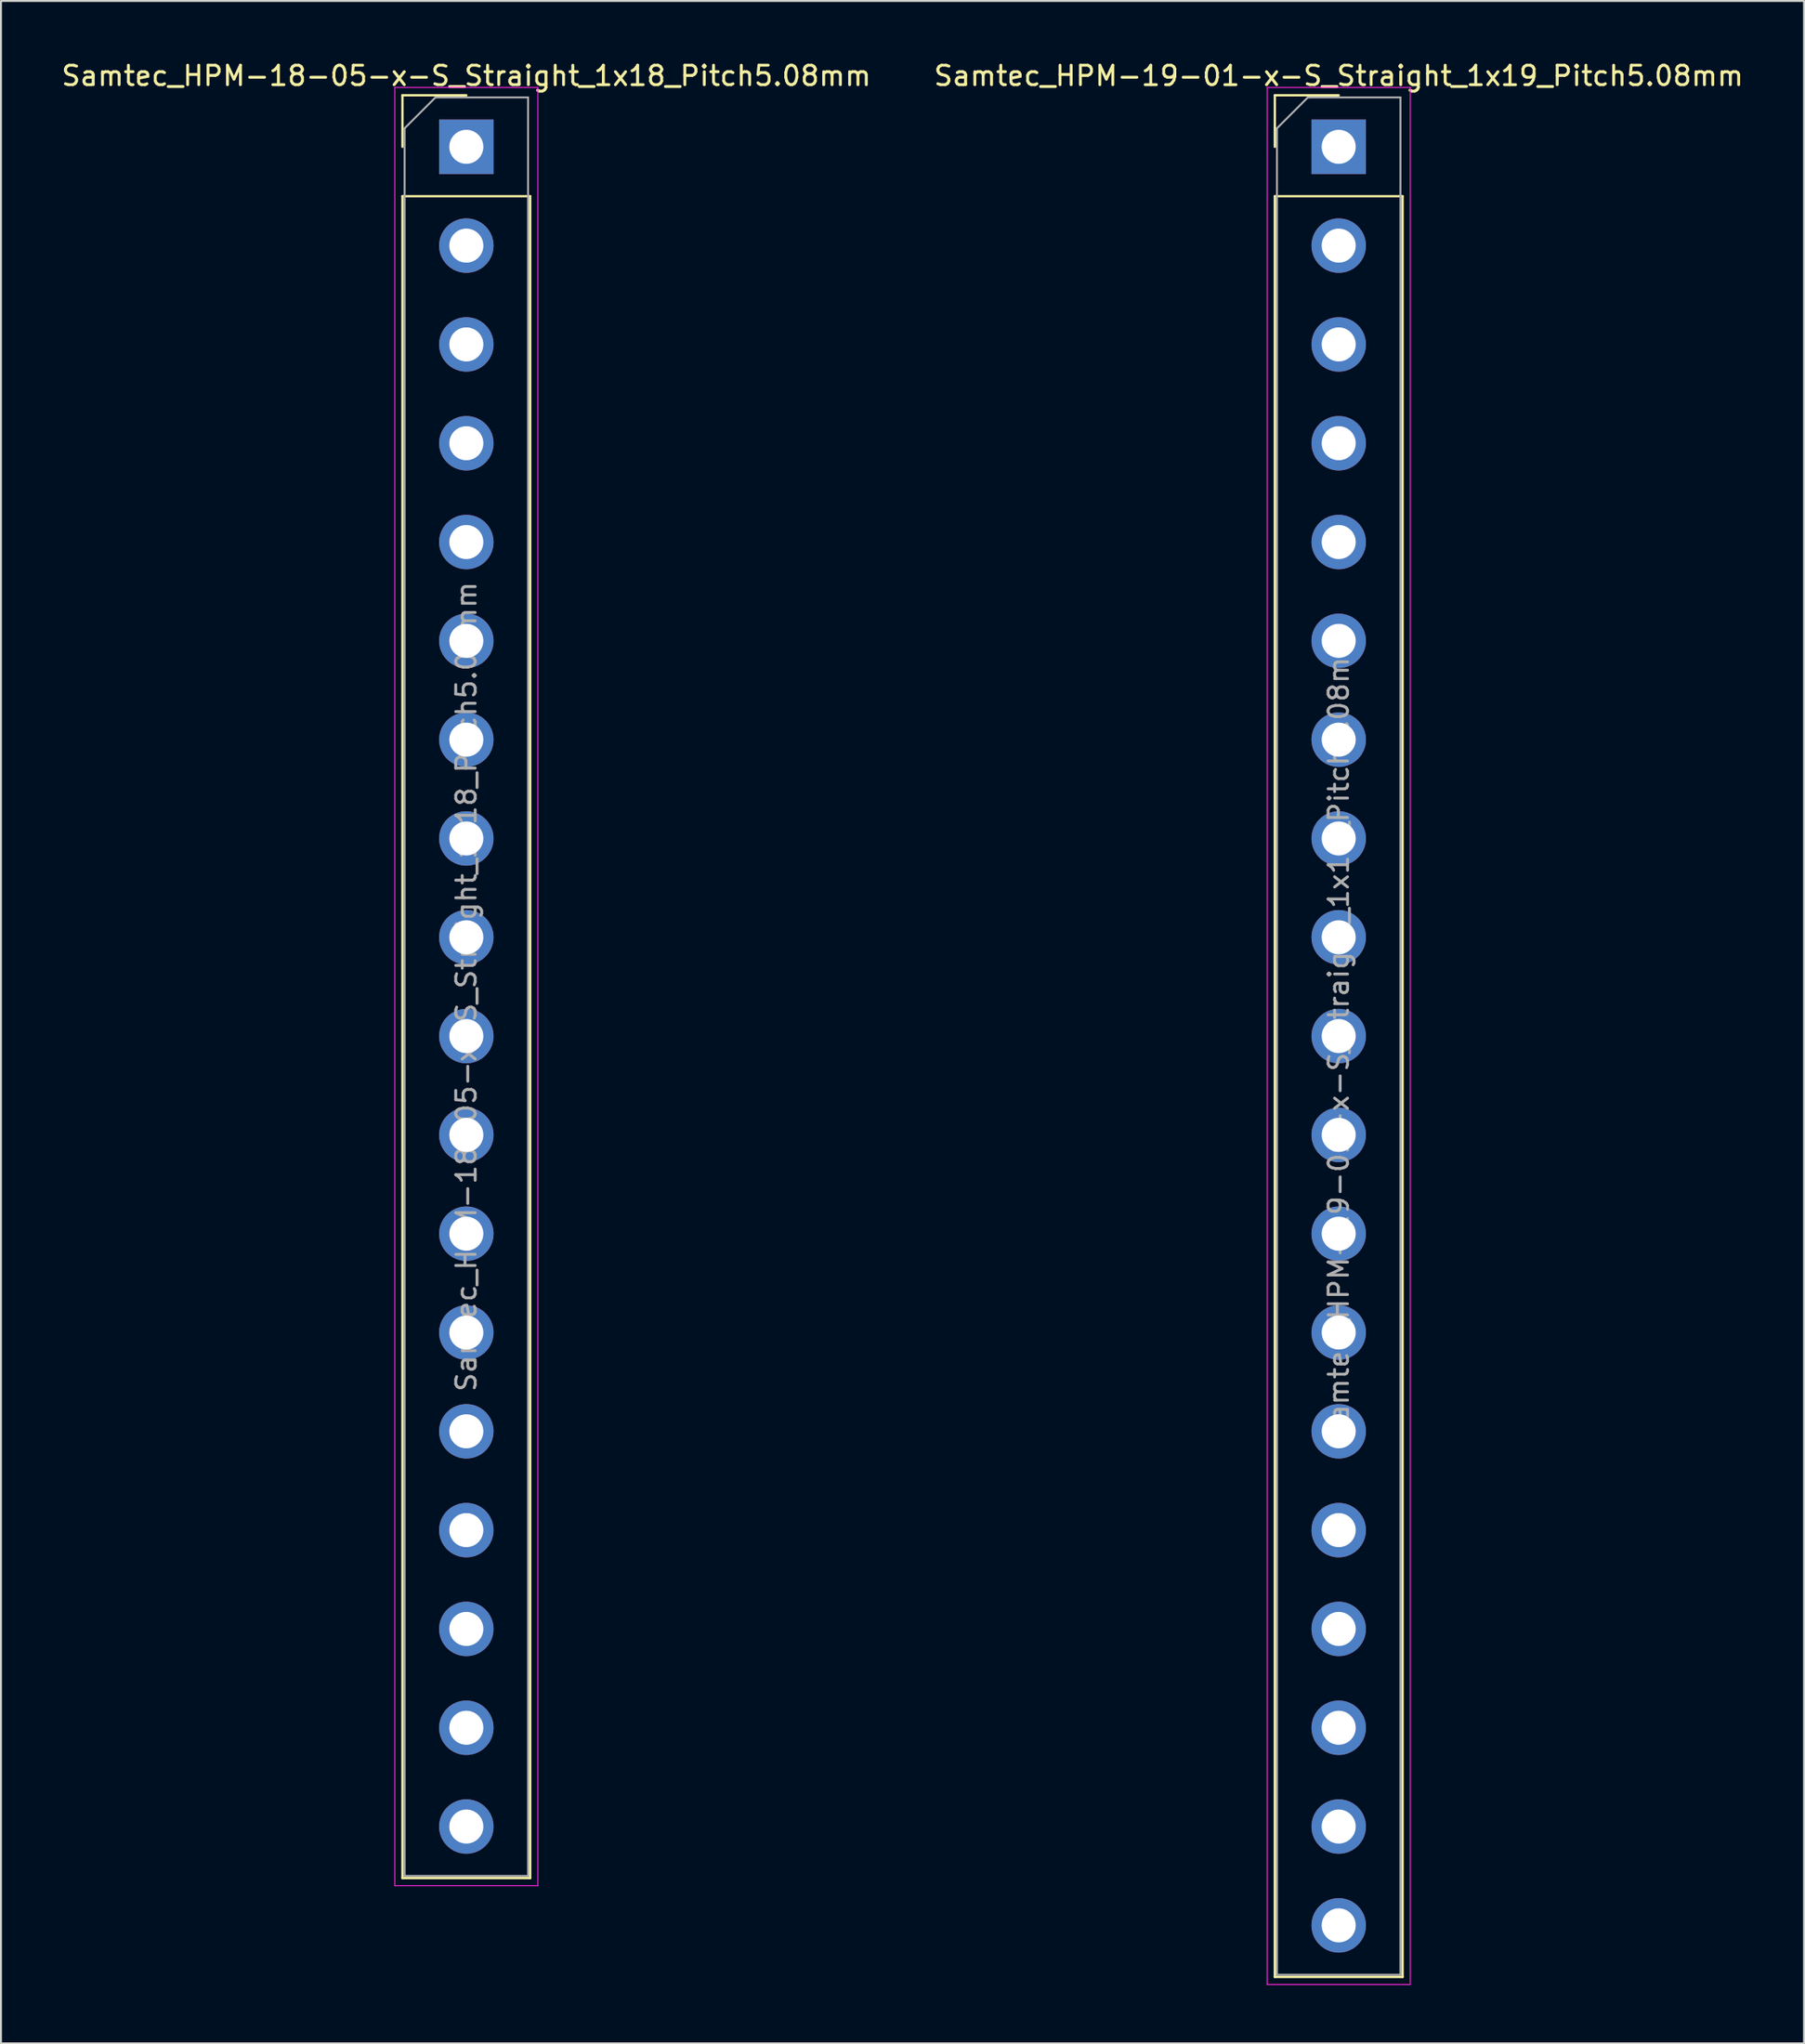
<source format=kicad_pcb>
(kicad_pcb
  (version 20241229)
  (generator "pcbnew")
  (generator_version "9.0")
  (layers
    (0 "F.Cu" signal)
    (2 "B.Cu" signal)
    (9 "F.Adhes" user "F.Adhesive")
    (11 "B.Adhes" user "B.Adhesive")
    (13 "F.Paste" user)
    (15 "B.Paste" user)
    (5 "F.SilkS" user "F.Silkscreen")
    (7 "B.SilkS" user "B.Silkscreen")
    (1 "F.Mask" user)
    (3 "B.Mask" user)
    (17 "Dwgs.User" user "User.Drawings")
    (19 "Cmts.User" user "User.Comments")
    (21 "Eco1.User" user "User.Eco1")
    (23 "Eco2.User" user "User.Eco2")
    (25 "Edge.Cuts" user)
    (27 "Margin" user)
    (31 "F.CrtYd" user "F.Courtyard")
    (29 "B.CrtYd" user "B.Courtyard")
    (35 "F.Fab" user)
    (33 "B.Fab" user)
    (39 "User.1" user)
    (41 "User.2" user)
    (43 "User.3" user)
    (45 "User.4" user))
  (footprint "Samtec_HPM-19-01-x-S_Straight_1x19_Pitch5.08mm"
    (layer "F.Cu")
    (at 65.804 4.498)
    (property "Reference" "Samtec_HPM-19-01-x-S_Straight_1x19_Pitch5.08mm" (at 0 -3.65 0) (layer "F.SilkS") (effects (font (size 1 1) (thickness 0.15))))
    (attr through_hole)
    (fp_line (start -3.285 -2.65) (end 0 -2.65) (stroke (width 0.12) (type solid)) (layer "F.SilkS"))
    (fp_line (start -3.285 0) (end -3.285 -2.65) (stroke (width 0.12) (type solid)) (layer "F.SilkS"))
    (fp_line (start -3.285 2.54) (end -3.285 94.09) (stroke (width 0.12) (type solid)) (layer "F.SilkS"))
    (fp_line (start -3.285 2.54) (end 3.285 2.54) (stroke (width 0.12) (type solid)) (layer "F.SilkS"))
    (fp_line (start -3.285 94.09) (end 3.285 94.09) (stroke (width 0.12) (type solid)) (layer "F.SilkS"))
    (fp_line (start 3.285 2.54) (end 3.285 94.09) (stroke (width 0.12) (type solid)) (layer "F.SilkS"))
    (fp_line (start -3.68 -3.05) (end -3.68 94.48) (stroke (width 0.05) (type solid)) (layer "F.CrtYd"))
    (fp_line (start -3.68 94.48) (end 3.68 94.48) (stroke (width 0.05) (type solid)) (layer "F.CrtYd"))
    (fp_line (start 3.68 -3.05) (end -3.68 -3.05) (stroke (width 0.05) (type solid)) (layer "F.CrtYd"))
    (fp_line (start 3.68 94.48) (end 3.68 -3.05) (stroke (width 0.05) (type solid)) (layer "F.CrtYd"))
    (fp_line (start -3.175 -0.953) (end -1.587 -2.54) (stroke (width 0.1) (type solid)) (layer "F.Fab"))
    (fp_line (start -3.175 93.98) (end -3.175 -0.953) (stroke (width 0.1) (type solid)) (layer "F.Fab"))
    (fp_line (start -1.587 -2.54) (end 3.175 -2.54) (stroke (width 0.1) (type solid)) (layer "F.Fab"))
    (fp_line (start 3.175 -2.54) (end 3.175 93.98) (stroke (width 0.1) (type solid)) (layer "F.Fab"))
    (fp_line (start 3.175 93.98) (end -3.175 93.98) (stroke (width 0.1) (type solid)) (layer "F.Fab"))
    (fp_text user "${REFERENCE}" (at 0 45.72 90) (layer "F.Fab") (effects (font (size 1 1) (thickness 0.15))))
    (pad "1" thru_hole rect (at 0 0) (size 2.8 2.8) (drill 1.75) (layers "*.Cu" "*.Mask"))
    (pad "2" thru_hole circle (at 0 5.08) (size 2.8 2.8) (drill 1.75) (layers "*.Cu" "*.Mask"))
    (pad "3" thru_hole circle (at 0 10.16) (size 2.8 2.8) (drill 1.75) (layers "*.Cu" "*.Mask"))
    (pad "4" thru_hole circle (at 0 15.24) (size 2.8 2.8) (drill 1.75) (layers "*.Cu" "*.Mask"))
    (pad "5" thru_hole circle (at 0 20.32) (size 2.8 2.8) (drill 1.75) (layers "*.Cu" "*.Mask"))
    (pad "6" thru_hole circle (at 0 25.4) (size 2.8 2.8) (drill 1.75) (layers "*.Cu" "*.Mask"))
    (pad "7" thru_hole circle (at 0 30.48) (size 2.8 2.8) (drill 1.75) (layers "*.Cu" "*.Mask"))
    (pad "8" thru_hole circle (at 0 35.56) (size 2.8 2.8) (drill 1.75) (layers "*.Cu" "*.Mask"))
    (pad "9" thru_hole circle (at 0 40.64) (size 2.8 2.8) (drill 1.75) (layers "*.Cu" "*.Mask"))
    (pad "10" thru_hole circle (at 0 45.72) (size 2.8 2.8) (drill 1.75) (layers "*.Cu" "*.Mask"))
    (pad "11" thru_hole circle (at 0 50.8) (size 2.8 2.8) (drill 1.75) (layers "*.Cu" "*.Mask"))
    (pad "12" thru_hole circle (at 0 55.88) (size 2.8 2.8) (drill 1.75) (layers "*.Cu" "*.Mask"))
    (pad "13" thru_hole circle (at 0 60.96) (size 2.8 2.8) (drill 1.75) (layers "*.Cu" "*.Mask"))
    (pad "14" thru_hole circle (at 0 66.04) (size 2.8 2.8) (drill 1.75) (layers "*.Cu" "*.Mask"))
    (pad "15" thru_hole circle (at 0 71.12) (size 2.8 2.8) (drill 1.75) (layers "*.Cu" "*.Mask"))
    (pad "16" thru_hole circle (at 0 76.2) (size 2.8 2.8) (drill 1.75) (layers "*.Cu" "*.Mask"))
    (pad "17" thru_hole circle (at 0 81.28) (size 2.8 2.8) (drill 1.75) (layers "*.Cu" "*.Mask"))
    (pad "18" thru_hole circle (at 0 86.36) (size 2.8 2.8) (drill 1.75) (layers "*.Cu" "*.Mask"))
    (pad "19" thru_hole circle (at 0 91.44) (size 2.8 2.8) (drill 1.75) (layers "*.Cu" "*.Mask")))
  (footprint "Samtec_HPM-18-05-x-S_Straight_1x18_Pitch5.08mm"
    (layer "F.Cu")
    (at 20.935 4.498)
    (property "Reference" "Samtec_HPM-18-05-x-S_Straight_1x18_Pitch5.08mm" (at 0 -3.65 0) (layer "F.SilkS") (effects (font (size 1 1) (thickness 0.15))))
    (attr through_hole)
    (fp_line (start -3.285 -2.65) (end 0 -2.65) (stroke (width 0.12) (type solid)) (layer "F.SilkS"))
    (fp_line (start -3.285 0) (end -3.285 -2.65) (stroke (width 0.12) (type solid)) (layer "F.SilkS"))
    (fp_line (start -3.285 2.54) (end -3.285 89.01) (stroke (width 0.12) (type solid)) (layer "F.SilkS"))
    (fp_line (start -3.285 2.54) (end 3.285 2.54) (stroke (width 0.12) (type solid)) (layer "F.SilkS"))
    (fp_line (start -3.285 89.01) (end 3.285 89.01) (stroke (width 0.12) (type solid)) (layer "F.SilkS"))
    (fp_line (start 3.285 2.54) (end 3.285 89.01) (stroke (width 0.12) (type solid)) (layer "F.SilkS"))
    (fp_line (start -3.68 -3.05) (end -3.68 89.4) (stroke (width 0.05) (type solid)) (layer "F.CrtYd"))
    (fp_line (start -3.68 89.4) (end 3.68 89.4) (stroke (width 0.05) (type solid)) (layer "F.CrtYd"))
    (fp_line (start 3.68 -3.05) (end -3.68 -3.05) (stroke (width 0.05) (type solid)) (layer "F.CrtYd"))
    (fp_line (start 3.68 89.4) (end 3.68 -3.05) (stroke (width 0.05) (type solid)) (layer "F.CrtYd"))
    (fp_line (start -3.175 -0.953) (end -1.587 -2.54) (stroke (width 0.1) (type solid)) (layer "F.Fab"))
    (fp_line (start -3.175 88.9) (end -3.175 -0.953) (stroke (width 0.1) (type solid)) (layer "F.Fab"))
    (fp_line (start -1.587 -2.54) (end 3.175 -2.54) (stroke (width 0.1) (type solid)) (layer "F.Fab"))
    (fp_line (start 3.175 -2.54) (end 3.175 88.9) (stroke (width 0.1) (type solid)) (layer "F.Fab"))
    (fp_line (start 3.175 88.9) (end -3.175 88.9) (stroke (width 0.1) (type solid)) (layer "F.Fab"))
    (fp_text user "${REFERENCE}" (at 0 43.18 90) (layer "F.Fab") (effects (font (size 1 1) (thickness 0.15))))
    (pad "1" thru_hole rect (at 0 0) (size 2.8 2.8) (drill 1.75) (layers "*.Cu" "*.Mask"))
    (pad "2" thru_hole circle (at 0 5.08) (size 2.8 2.8) (drill 1.75) (layers "*.Cu" "*.Mask"))
    (pad "3" thru_hole circle (at 0 10.16) (size 2.8 2.8) (drill 1.75) (layers "*.Cu" "*.Mask"))
    (pad "4" thru_hole circle (at 0 15.24) (size 2.8 2.8) (drill 1.75) (layers "*.Cu" "*.Mask"))
    (pad "5" thru_hole circle (at 0 20.32) (size 2.8 2.8) (drill 1.75) (layers "*.Cu" "*.Mask"))
    (pad "6" thru_hole circle (at 0 25.4) (size 2.8 2.8) (drill 1.75) (layers "*.Cu" "*.Mask"))
    (pad "7" thru_hole circle (at 0 30.48) (size 2.8 2.8) (drill 1.75) (layers "*.Cu" "*.Mask"))
    (pad "8" thru_hole circle (at 0 35.56) (size 2.8 2.8) (drill 1.75) (layers "*.Cu" "*.Mask"))
    (pad "9" thru_hole circle (at 0 40.64) (size 2.8 2.8) (drill 1.75) (layers "*.Cu" "*.Mask"))
    (pad "10" thru_hole circle (at 0 45.72) (size 2.8 2.8) (drill 1.75) (layers "*.Cu" "*.Mask"))
    (pad "11" thru_hole circle (at 0 50.8) (size 2.8 2.8) (drill 1.75) (layers "*.Cu" "*.Mask"))
    (pad "12" thru_hole circle (at 0 55.88) (size 2.8 2.8) (drill 1.75) (layers "*.Cu" "*.Mask"))
    (pad "13" thru_hole circle (at 0 60.96) (size 2.8 2.8) (drill 1.75) (layers "*.Cu" "*.Mask"))
    (pad "14" thru_hole circle (at 0 66.04) (size 2.8 2.8) (drill 1.75) (layers "*.Cu" "*.Mask"))
    (pad "15" thru_hole circle (at 0 71.12) (size 2.8 2.8) (drill 1.75) (layers "*.Cu" "*.Mask"))
    (pad "16" thru_hole circle (at 0 76.2) (size 2.8 2.8) (drill 1.75) (layers "*.Cu" "*.Mask"))
    (pad "17" thru_hole circle (at 0 81.28) (size 2.8 2.8) (drill 1.75) (layers "*.Cu" "*.Mask"))
    (pad "18" thru_hole circle (at 0 86.36) (size 2.8 2.8) (drill 1.75) (layers "*.Cu" "*.Mask")))
  (gr_rect
    (start -3 -3)
    (end 89.738 102.003)
    (stroke (width 0.1) (type default))
    (fill no)
    (layer "Edge.Cuts")))
</source>
